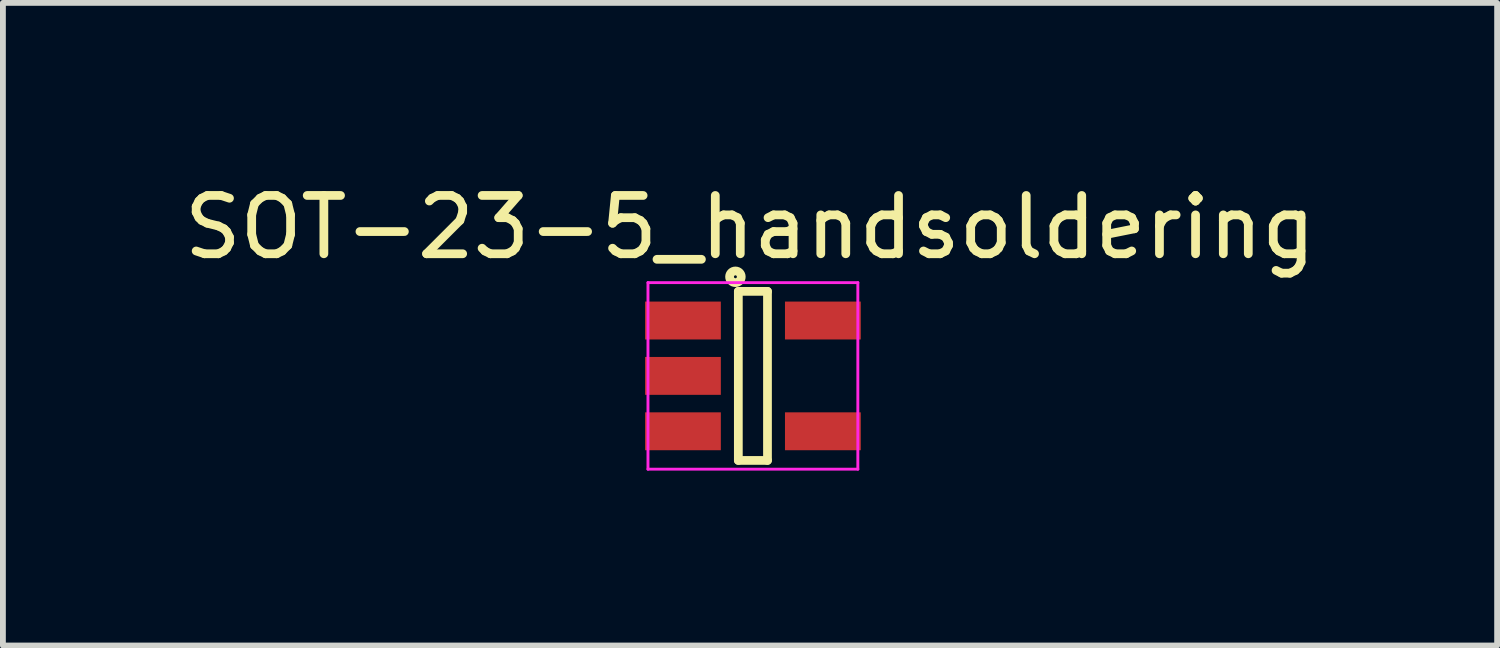
<source format=kicad_pcb>
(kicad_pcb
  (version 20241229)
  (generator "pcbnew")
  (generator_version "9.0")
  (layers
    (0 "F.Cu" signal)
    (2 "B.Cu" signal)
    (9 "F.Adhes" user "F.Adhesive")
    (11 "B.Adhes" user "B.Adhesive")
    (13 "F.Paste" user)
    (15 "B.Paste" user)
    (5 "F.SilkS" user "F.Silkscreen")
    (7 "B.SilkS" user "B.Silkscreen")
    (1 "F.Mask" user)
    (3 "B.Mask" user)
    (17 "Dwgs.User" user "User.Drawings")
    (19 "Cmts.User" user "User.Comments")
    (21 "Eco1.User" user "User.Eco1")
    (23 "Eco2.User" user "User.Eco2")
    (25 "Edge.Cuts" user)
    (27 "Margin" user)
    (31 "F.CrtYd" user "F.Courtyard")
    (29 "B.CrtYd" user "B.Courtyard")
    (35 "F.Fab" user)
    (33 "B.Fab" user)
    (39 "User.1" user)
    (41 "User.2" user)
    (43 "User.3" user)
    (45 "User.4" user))
  (footprint "SOT-23-5_handsoldering"
    (layer "F.Cu")
    (at 9.865 3.398)
    (property "Reference" "SOT-23-5_handsoldering" (at -0.05 -2.55 0) (layer "F.SilkS") (effects (font (size 1 1) (thickness 0.15))))
    (attr smd)
    (fp_line (start -0.25 -1.45) (end -0.25 1.45) (stroke (width 0.15) (type solid)) (layer "F.SilkS"))
    (fp_line (start -0.25 1.45) (end 0.25 1.45) (stroke (width 0.15) (type solid)) (layer "F.SilkS"))
    (fp_line (start 0.25 -1.45) (end -0.25 -1.45) (stroke (width 0.15) (type solid)) (layer "F.SilkS"))
    (fp_line (start 0.25 1.45) (end 0.25 -1.45) (stroke (width 0.15) (type solid)) (layer "F.SilkS"))
    (fp_circle (center -0.3 -1.7) (end -0.2 -1.7) (stroke (width 0.15) (type solid)) (fill no) (layer "F.SilkS"))
    (fp_line (start -1.8 -1.6) (end 1.8 -1.6) (stroke (width 0.05) (type solid)) (layer "F.CrtYd"))
    (fp_line (start -1.8 1.6) (end -1.8 -1.6) (stroke (width 0.05) (type solid)) (layer "F.CrtYd"))
    (fp_line (start 1.8 -1.6) (end 1.8 1.6) (stroke (width 0.05) (type solid)) (layer "F.CrtYd"))
    (fp_line (start 1.8 1.6) (end -1.8 1.6) (stroke (width 0.05) (type solid)) (layer "F.CrtYd"))
    (pad "1" smd rect (at -1.2 -0.95) (size 1.3 0.65) (layers "F.Cu" "F.Mask" "F.Paste"))
    (pad "2" smd rect (at -1.2 0) (size 1.3 0.65) (layers "F.Cu" "F.Mask" "F.Paste"))
    (pad "3" smd rect (at -1.2 0.95) (size 1.3 0.65) (layers "F.Cu" "F.Mask" "F.Paste"))
    (pad "4" smd rect (at 1.2 0.95) (size 1.3 0.65) (layers "F.Cu" "F.Mask" "F.Paste"))
    (pad "5" smd rect (at 1.2 -0.95) (size 1.3 0.65) (layers "F.Cu" "F.Mask" "F.Paste")))
  (gr_rect
    (start -3 -3)
    (end 22.631 8.023)
    (stroke (width 0.1) (type default))
    (fill no)
    (layer "Edge.Cuts")))
</source>
